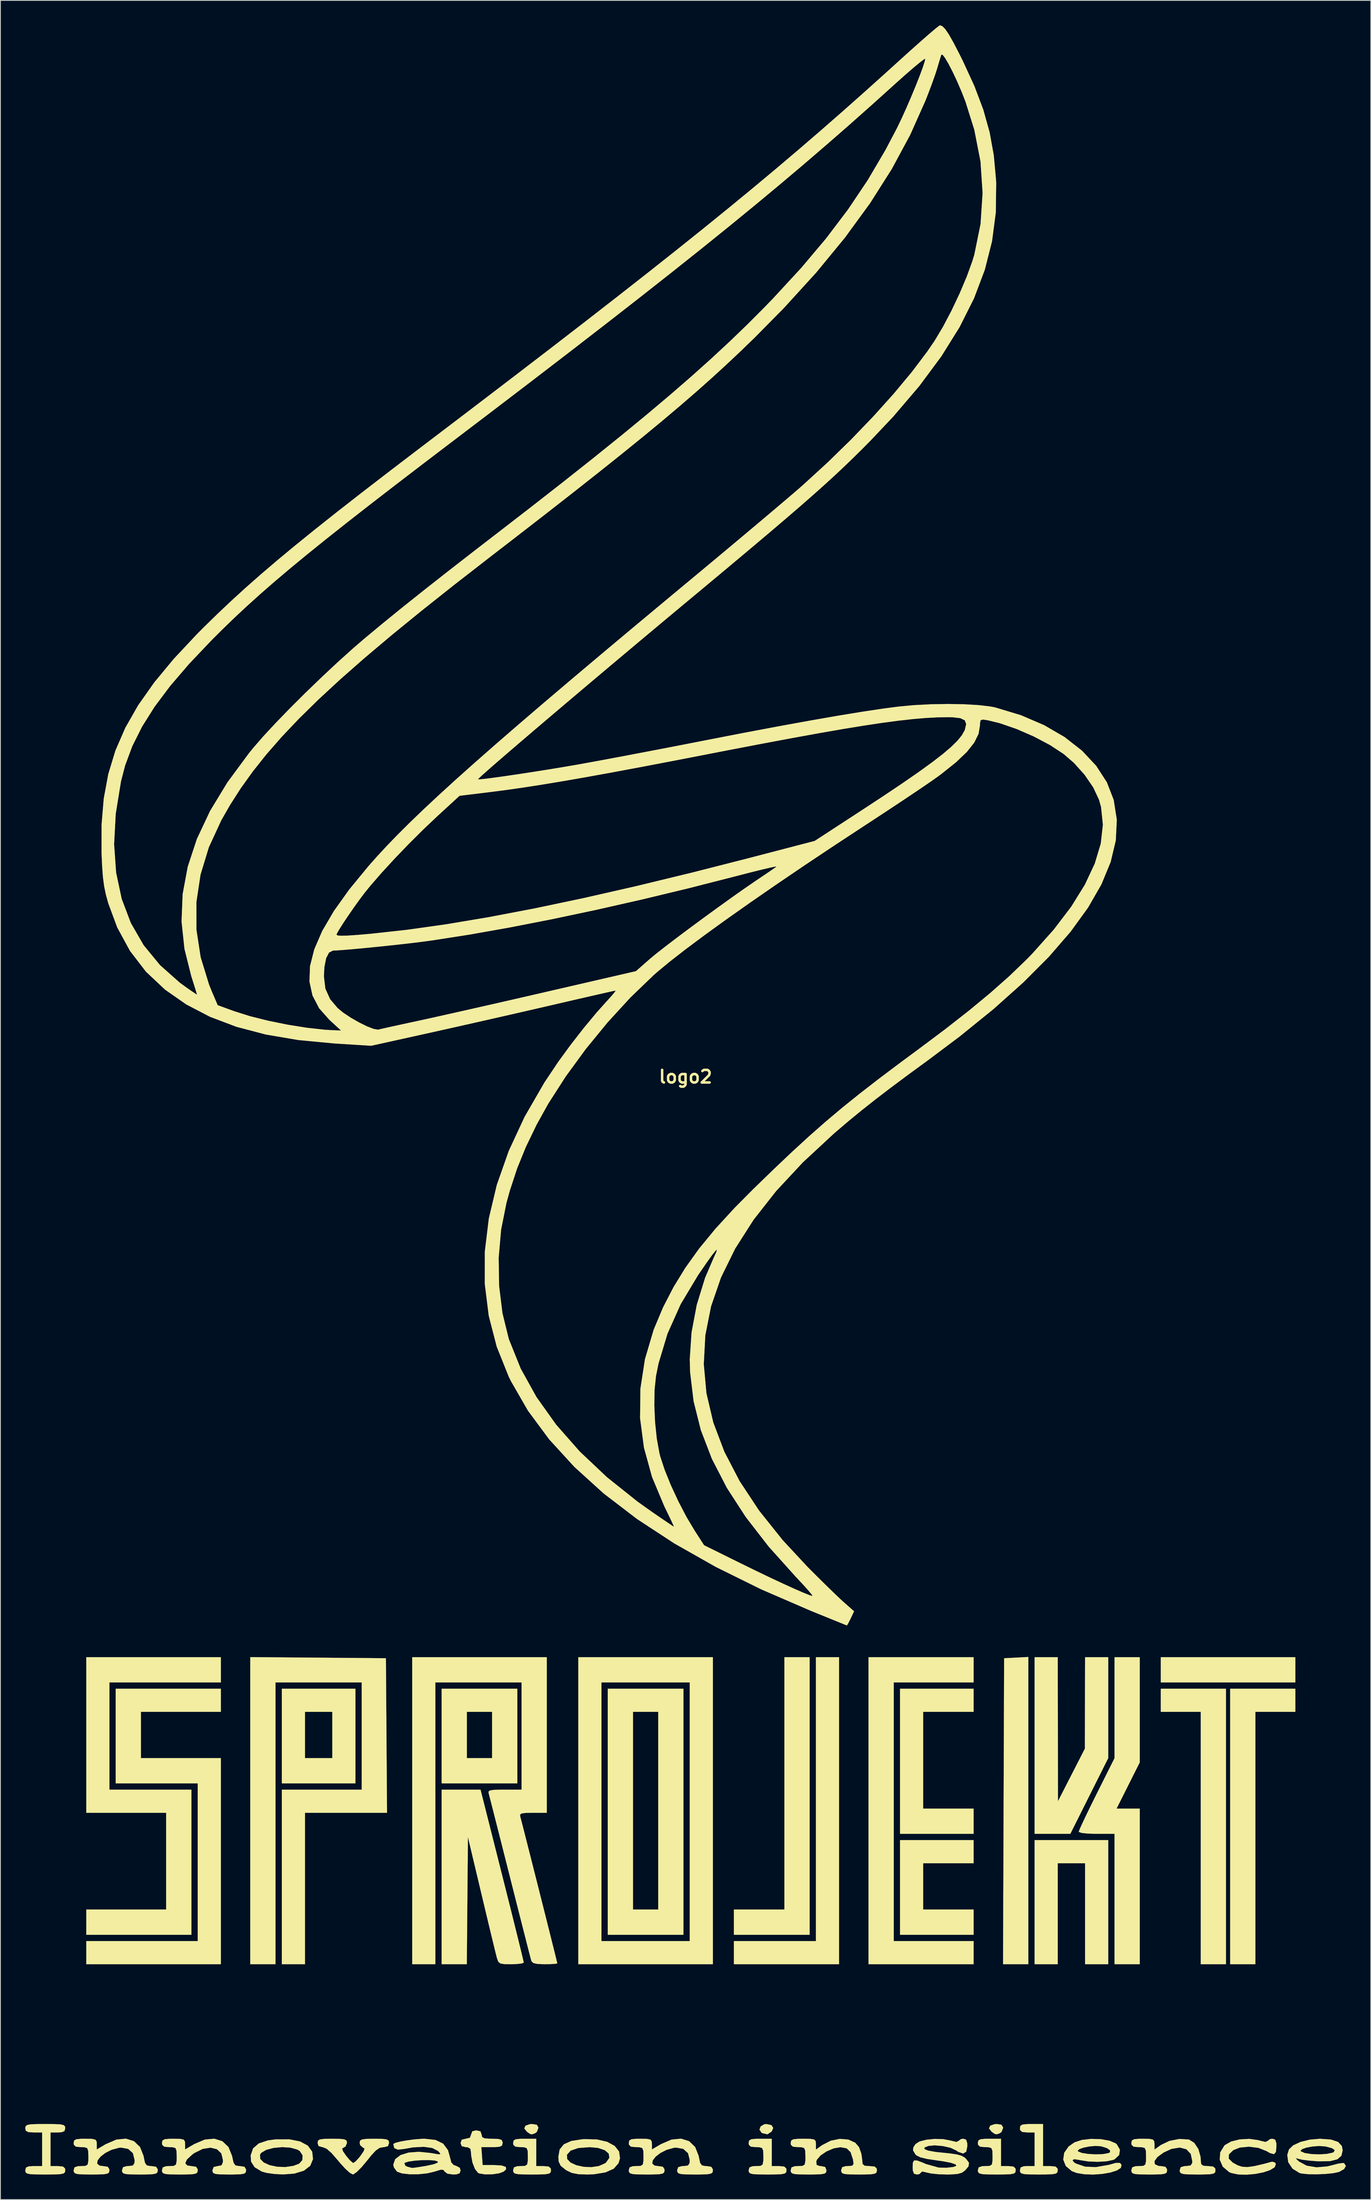
<source format=kicad_pcb>
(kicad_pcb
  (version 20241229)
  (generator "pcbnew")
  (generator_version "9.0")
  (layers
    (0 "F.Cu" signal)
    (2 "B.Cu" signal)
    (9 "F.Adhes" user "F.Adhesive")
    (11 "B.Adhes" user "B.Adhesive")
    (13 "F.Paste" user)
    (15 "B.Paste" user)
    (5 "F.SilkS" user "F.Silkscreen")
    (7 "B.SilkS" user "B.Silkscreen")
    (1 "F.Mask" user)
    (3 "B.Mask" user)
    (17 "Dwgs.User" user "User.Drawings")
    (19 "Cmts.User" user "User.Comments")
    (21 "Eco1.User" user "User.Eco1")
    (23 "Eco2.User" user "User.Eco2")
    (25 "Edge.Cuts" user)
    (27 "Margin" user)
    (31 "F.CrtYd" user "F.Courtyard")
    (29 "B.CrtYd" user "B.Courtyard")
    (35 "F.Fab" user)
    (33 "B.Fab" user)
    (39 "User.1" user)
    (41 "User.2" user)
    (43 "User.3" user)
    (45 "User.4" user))
  (footprint "logo2"
    (layer "F.Cu")
    (at 79.761 127.005)
    (property "Reference" "logo2" (at 0 0 0) (layer "F.SilkS") (effects (font (size 1.524 1.524) (thickness 0.3))))
    (attr through_hole)
    (fp_poly (pts (xy 73.66 73.152) (xy 57.404 73.152) (xy 57.404 70.104) (xy 73.66 70.104) (xy 73.66 73.152)) (stroke (width 0.01) (type solid)) (fill yes) (layer "F.SilkS"))
    (fp_poly (pts (xy 41.402 107.188) (xy 38.351 107.188) (xy 38.416 88.71) (xy 38.481 70.231) (xy 41.402 70.079) (xy 41.402 107.188)) (stroke (width 0.01) (type solid)) (fill yes) (layer "F.SilkS"))
    (fp_poly (pts (xy 14.986 103.632) (xy 5.842 103.632) (xy 5.842 100.584) (xy 11.938 100.584) (xy 11.938 70.104) (xy 14.986 70.104) (xy 14.986 103.632)) (stroke (width 0.01) (type solid)) (fill yes) (layer "F.SilkS"))
    (fp_poly (pts (xy 18.542 107.188) (xy 5.842 107.188) (xy 5.842 104.394) (xy 15.748 104.394) (xy 15.748 70.104) (xy 18.542 70.104) (xy 18.542 107.188)) (stroke (width 0.01) (type solid)) (fill yes) (layer "F.SilkS"))
    (fp_poly (pts (xy 65.278 107.188) (xy 62.23 107.188) (xy 62.23 76.708) (xy 57.404 76.708) (xy 57.404 73.914) (xy 65.278 73.914) (xy 65.278 107.188)) (stroke (width 0.01) (type solid)) (fill yes) (layer "F.SilkS"))
    (fp_poly (pts (xy 73.66 76.708) (xy 68.834 76.708) (xy 68.834 107.188) (xy 65.786 107.188) (xy 65.786 73.914) (xy 73.66 73.914) (xy 73.66 76.708)) (stroke (width 0.01) (type solid)) (fill yes) (layer "F.SilkS"))
    (fp_poly (pts (xy 34.798 73.152) (xy 25.146 73.152) (xy 25.146 104.394) (xy 34.798 104.394) (xy 34.798 107.188) (xy 22.098 107.188) (xy 22.098 70.104) (xy 34.798 70.104) (xy 34.798 73.152)) (stroke (width 0.01) (type solid)) (fill yes) (layer "F.SilkS"))
    (fp_poly (pts (xy 34.798 76.708) (xy 28.702 76.708) (xy 28.702 88.392) (xy 34.798 88.392) (xy 34.798 91.44) (xy 25.908 91.44) (xy 25.908 73.914) (xy 34.798 73.914) (xy 34.798 76.708)) (stroke (width 0.01) (type solid)) (fill yes) (layer "F.SilkS"))
    (fp_poly (pts (xy 34.798 94.996) (xy 28.702 94.996) (xy 28.702 100.584) (xy 34.798 100.584) (xy 34.798 103.632) (xy 25.908 103.632) (xy 25.908 92.202) (xy 34.798 92.202) (xy 34.798 94.996)) (stroke (width 0.01) (type solid)) (fill yes) (layer "F.SilkS"))
    (fp_poly (pts (xy 51.054 107.188) (xy 48.26 107.188) (xy 48.26 94.996) (xy 44.958 94.996) (xy 44.958 107.188) (xy 42.164 107.188) (xy 42.164 92.202) (xy 51.054 92.202) (xy 51.054 107.188)) (stroke (width 0.01) (type solid)) (fill yes) (layer "F.SilkS"))
    (fp_poly (pts (xy 10.373 126.624) (xy 10.592 126.968) (xy 10.405 127.392) (xy 9.891 127.734) (xy 9.277 127.593) (xy 9.17 127.53) (xy 8.928 127.169) (xy 9.069 126.781) (xy 9.502 126.523) (xy 9.756 126.492) (xy 10.373 126.624)) (stroke (width 0.01) (type solid)) (fill yes) (layer "F.SilkS"))
    (fp_poly (pts (xy -39.878 85.344) (xy -48.768 85.344) (xy -48.768 76.708) (xy -45.974 76.708) (xy -45.974 82.296) (xy -42.672 82.296) (xy -42.672 76.708) (xy -45.974 76.708) (xy -48.768 76.708) (xy -48.768 73.914) (xy -39.878 73.914) (xy -39.878 85.344)) (stroke (width 0.01) (type solid)) (fill yes) (layer "F.SilkS"))
    (fp_poly (pts (xy -20.32 85.344) (xy -29.464 85.344) (xy -29.464 76.708) (xy -26.416 76.708) (xy -26.416 82.296) (xy -23.368 82.296) (xy -23.368 76.708) (xy -26.416 76.708) (xy -29.464 76.708) (xy -29.464 73.914) (xy -20.32 73.914) (xy -20.32 85.344)) (stroke (width 0.01) (type solid)) (fill yes) (layer "F.SilkS"))
    (fp_poly (pts (xy -0.254 103.632) (xy -9.398 103.632) (xy -9.398 76.708) (xy -6.35 76.708) (xy -6.35 100.584) (xy -3.302 100.584) (xy -3.302 76.708) (xy -6.35 76.708) (xy -9.398 76.708) (xy -9.398 73.914) (xy -0.254 73.914) (xy -0.254 103.632)) (stroke (width 0.01) (type solid)) (fill yes) (layer "F.SilkS"))
    (fp_poly (pts (xy 3.302 107.188) (xy -12.954 107.188) (xy -12.954 73.152) (xy -10.16 73.152) (xy -10.16 104.394) (xy 0.508 104.394) (xy 0.508 73.152) (xy -10.16 73.152) (xy -12.954 73.152) (xy -12.954 70.104) (xy 3.302 70.104) (xy 3.302 107.188)) (stroke (width 0.01) (type solid)) (fill yes) (layer "F.SilkS"))
    (fp_poly (pts (xy -56.134 73.152) (xy -69.596 73.152) (xy -69.596 86.106) (xy -59.69 86.106) (xy -59.69 103.632) (xy -72.39 103.632) (xy -72.39 100.584) (xy -62.738 100.584) (xy -62.738 88.9) (xy -72.39 88.9) (xy -72.39 70.104) (xy -56.134 70.104) (xy -56.134 73.152)) (stroke (width 0.01) (type solid)) (fill yes) (layer "F.SilkS"))
    (fp_poly (pts (xy -56.134 76.708) (xy -65.786 76.708) (xy -65.786 82.296) (xy -56.134 82.296) (xy -56.134 107.188) (xy -72.39 107.188) (xy -72.39 104.394) (xy -58.928 104.394) (xy -58.928 85.344) (xy -68.834 85.344) (xy -68.834 73.914) (xy -56.134 73.914) (xy -56.134 76.708)) (stroke (width 0.01) (type solid)) (fill yes) (layer "F.SilkS"))
    (fp_poly (pts (xy -36.195 70.231) (xy -36.062 88.9) (xy -45.974 88.9) (xy -45.974 107.188) (xy -48.768 107.188) (xy -48.768 86.106) (xy -39.116 86.106) (xy -39.116 73.152) (xy -49.53 73.152) (xy -49.53 107.188) (xy -52.578 107.188) (xy -52.578 70.097) (xy -36.195 70.231)) (stroke (width 0.01) (type solid)) (fill yes) (layer "F.SilkS"))
    (fp_poly (pts (xy -17.971 126.58) (xy -17.783 126.893) (xy -17.78 126.973) (xy -17.967 127.45) (xy -18.182 127.608) (xy -18.547 127.736) (xy -18.791 127.685) (xy -19.167 127.42) (xy -19.478 127.021) (xy -19.336 126.69) (xy -18.796 126.507) (xy -18.527 126.492) (xy -17.971 126.58)) (stroke (width 0.01) (type solid)) (fill yes) (layer "F.SilkS"))
    (fp_poly (pts (xy 38.163 126.58) (xy 38.351 126.893) (xy 38.354 126.973) (xy 38.167 127.45) (xy 37.952 127.608) (xy 37.587 127.736) (xy 37.343 127.685) (xy 36.967 127.42) (xy 36.656 127.021) (xy 36.798 126.69) (xy 37.338 126.507) (xy 37.607 126.492) (xy 38.163 126.58)) (stroke (width 0.01) (type solid)) (fill yes) (layer "F.SilkS"))
    (fp_poly (pts (xy 44.984 87.503) (xy 46.609 84.328) (xy 48.234 81.153) (xy 48.247 75.629) (xy 48.26 70.104) (xy 51.054 70.104) (xy 51.054 82.301) (xy 48.767 86.871) (xy 46.479 91.44) (xy 42.164 91.44) (xy 42.164 70.104) (xy 44.958 70.104) (xy 44.984 87.503)) (stroke (width 0.01) (type solid)) (fill yes) (layer "F.SilkS"))
    (fp_poly (pts (xy 54.864 82.812) (xy 53.465 85.602) (xy 52.066 88.392) (xy 54.864 88.392) (xy 54.864 107.188) (xy 51.816 107.188) (xy 51.816 91.44) (xy 49.657 91.44) (xy 48.59 91.411) (xy 47.847 91.333) (xy 47.509 91.213) (xy 47.498 91.183) (xy 47.607 90.885) (xy 47.91 90.209) (xy 48.373 89.23) (xy 48.958 88.024) (xy 49.632 86.665) (xy 49.657 86.614) (xy 51.816 82.302) (xy 51.816 70.104) (xy 54.864 70.104) (xy 54.864 82.812)) (stroke (width 0.01) (type solid)) (fill yes) (layer "F.SilkS"))
    (fp_poly (pts (xy 43.18 131.572) (xy 44.069 131.572) (xy 44.682 131.629) (xy 44.929 131.851) (xy 44.958 132.08) (xy 44.92 132.321) (xy 44.741 132.471) (xy 44.324 132.551) (xy 43.573 132.583) (xy 42.672 132.588) (xy 41.586 132.58) (xy 40.911 132.54) (xy 40.551 132.447) (xy 40.408 132.28) (xy 40.386 132.08) (xy 40.485 131.73) (xy 40.874 131.589) (xy 41.275 131.572) (xy 42.164 131.572) (xy 42.164 127.508) (xy 41.275 127.508) (xy 40.662 127.451) (xy 40.415 127.229) (xy 40.386 127) (xy 40.447 126.706) (xy 40.709 126.553) (xy 41.293 126.497) (xy 41.783 126.492) (xy 43.18 126.492) (xy 43.18 131.572)) (stroke (width 0.01) (type solid)) (fill yes) (layer "F.SilkS"))
    (fp_poly (pts (xy -27.114 86.106) (xy -24.765 86.106) (xy -22.15 96.457) (xy -21.592 98.669) (xy -21.076 100.729) (xy -20.614 102.583) (xy -20.218 104.181) (xy -19.902 105.47) (xy -19.679 106.397) (xy -19.562 106.911) (xy -19.547 106.998) (xy -19.784 107.098) (xy -20.388 107.167) (xy -21.07 107.188) (xy -21.914 107.175) (xy -22.388 107.092) (xy -22.631 106.874) (xy -22.781 106.453) (xy -22.806 106.362) (xy -22.923 105.902) (xy -23.139 105.02) (xy -23.437 103.791) (xy -23.799 102.287) (xy -24.207 100.583) (xy -24.643 98.75) (xy -24.66 98.681) (xy -26.289 91.825) (xy -26.356 99.507) (xy -26.423 107.188) (xy -29.464 107.188) (xy -29.464 86.106) (xy -27.114 86.106)) (stroke (width 0.01) (type solid)) (fill yes) (layer "F.SilkS"))
    (fp_poly (pts (xy -18.034 131.572) (xy -17.145 131.572) (xy -16.532 131.629) (xy -16.285 131.851) (xy -16.256 132.08) (xy -16.294 132.321) (xy -16.473 132.471) (xy -16.89 132.551) (xy -17.641 132.583) (xy -18.542 132.588) (xy -19.628 132.58) (xy -20.303 132.54) (xy -20.663 132.447) (xy -20.806 132.28) (xy -20.828 132.08) (xy -20.729 131.73) (xy -20.34 131.589) (xy -19.939 131.572) (xy -19.393 131.548) (xy -19.134 131.382) (xy -19.055 130.938) (xy -19.05 130.429) (xy -19.069 129.727) (xy -19.198 129.394) (xy -19.543 129.293) (xy -19.939 129.286) (xy -20.552 129.229) (xy -20.799 129.007) (xy -20.828 128.778) (xy -20.767 128.484) (xy -20.505 128.331) (xy -19.921 128.275) (xy -19.431 128.27) (xy -18.034 128.27) (xy -18.034 131.572)) (stroke (width 0.01) (type solid)) (fill yes) (layer "F.SilkS"))
    (fp_poly (pts (xy 10.414 131.572) (xy 11.303 131.572) (xy 11.916 131.629) (xy 12.163 131.851) (xy 12.192 132.08) (xy 12.154 132.321) (xy 11.975 132.471) (xy 11.558 132.551) (xy 10.807 132.583) (xy 9.906 132.588) (xy 8.82 132.58) (xy 8.145 132.54) (xy 7.785 132.447) (xy 7.642 132.28) (xy 7.62 132.08) (xy 7.719 131.73) (xy 8.108 131.589) (xy 8.509 131.572) (xy 9.055 131.548) (xy 9.314 131.382) (xy 9.393 130.938) (xy 9.398 130.429) (xy 9.379 129.727) (xy 9.25 129.394) (xy 8.905 129.293) (xy 8.509 129.286) (xy 7.896 129.229) (xy 7.649 129.007) (xy 7.62 128.778) (xy 7.681 128.484) (xy 7.943 128.331) (xy 8.527 128.275) (xy 9.017 128.27) (xy 10.414 128.27) (xy 10.414 131.572)) (stroke (width 0.01) (type solid)) (fill yes) (layer "F.SilkS"))
    (fp_poly (pts (xy 38.1 131.572) (xy 38.989 131.572) (xy 39.602 131.629) (xy 39.849 131.851) (xy 39.878 132.08) (xy 39.84 132.321) (xy 39.661 132.471) (xy 39.244 132.551) (xy 38.493 132.583) (xy 37.592 132.588) (xy 36.506 132.58) (xy 35.831 132.54) (xy 35.471 132.447) (xy 35.328 132.28) (xy 35.306 132.08) (xy 35.405 131.73) (xy 35.794 131.589) (xy 36.195 131.572) (xy 36.741 131.548) (xy 37 131.382) (xy 37.079 130.938) (xy 37.084 130.429) (xy 37.065 129.727) (xy 36.936 129.394) (xy 36.591 129.293) (xy 36.195 129.286) (xy 35.582 129.229) (xy 35.335 129.007) (xy 35.306 128.778) (xy 35.367 128.484) (xy 35.629 128.331) (xy 36.213 128.275) (xy 36.703 128.27) (xy 38.1 128.27) (xy 38.1 131.572)) (stroke (width 0.01) (type solid)) (fill yes) (layer "F.SilkS"))
    (fp_poly (pts (xy -76.221 126.5) (xy -75.514 126.536) (xy -75.125 126.621) (xy -74.962 126.773) (xy -74.93 127) (xy -75.029 127.35) (xy -75.418 127.491) (xy -75.819 127.508) (xy -76.708 127.508) (xy -76.708 131.572) (xy -75.819 131.572) (xy -75.206 131.629) (xy -74.959 131.851) (xy -74.93 132.08) (xy -74.966 132.316) (xy -75.139 132.465) (xy -75.541 132.547) (xy -76.267 132.581) (xy -77.343 132.588) (xy -78.465 132.58) (xy -79.172 132.544) (xy -79.561 132.459) (xy -79.724 132.307) (xy -79.756 132.08) (xy -79.671 131.748) (xy -79.326 131.601) (xy -78.74 131.572) (xy -77.724 131.572) (xy -77.724 127.508) (xy -78.74 127.508) (xy -79.405 127.465) (xy -79.698 127.293) (xy -79.756 127) (xy -79.72 126.764) (xy -79.547 126.615) (xy -79.145 126.533) (xy -78.419 126.499) (xy -77.343 126.492) (xy -76.221 126.5)) (stroke (width 0.01) (type solid)) (fill yes) (layer "F.SilkS"))
    (fp_poly (pts (xy -46.566 128.597) (xy -45.633 129.099) (xy -45.102 129.827) (xy -45.003 130.722) (xy -45.336 131.534) (xy -46.101 132.126) (xy -47.263 132.479) (xy -48.615 132.578) (xy -49.646 132.526) (xy -50.578 132.399) (xy -51.181 132.236) (xy -52.055 131.708) (xy -52.481 131.041) (xy -52.532 130.28) (xy -52.499 130.185) (xy -51.404 130.185) (xy -51.381 130.702) (xy -50.958 131.136) (xy -50.24 131.461) (xy -49.333 131.654) (xy -48.341 131.689) (xy -47.368 131.544) (xy -46.672 131.28) (xy -46.281 130.844) (xy -46.264 130.274) (xy -46.6 129.756) (xy -46.875 129.581) (xy -47.732 129.342) (xy -48.743 129.28) (xy -49.762 129.375) (xy -50.646 129.609) (xy -51.249 129.961) (xy -51.404 130.185) (xy -52.499 130.185) (xy -52.244 129.437) (xy -51.557 128.838) (xy -50.445 128.467) (xy -49.497 128.342) (xy -47.866 128.338) (xy -46.566 128.597)) (stroke (width 0.01) (type solid)) (fill yes) (layer "F.SilkS"))
    (fp_poly (pts (xy -10.703 128.355) (xy -9.469 128.641) (xy -8.562 129.138) (xy -8.03 129.812) (xy -7.92 130.632) (xy -8.096 131.223) (xy -8.671 131.882) (xy -9.679 132.332) (xy -11.087 132.561) (xy -11.892 132.588) (xy -12.968 132.548) (xy -13.725 132.401) (xy -14.35 132.106) (xy -14.504 132.006) (xy -15.083 131.533) (xy -15.326 131.021) (xy -15.367 130.446) (xy -15.322 130.201) (xy -14.326 130.201) (xy -14.304 130.718) (xy -13.889 131.148) (xy -13.19 131.47) (xy -12.316 131.662) (xy -11.377 131.702) (xy -10.483 131.571) (xy -9.744 131.245) (xy -9.588 131.124) (xy -9.205 130.574) (xy -9.278 130.068) (xy -9.753 129.653) (xy -10.58 129.376) (xy -11.597 129.286) (xy -12.966 129.39) (xy -13.88 129.702) (xy -14.326 130.201) (xy -15.322 130.201) (xy -15.208 129.567) (xy -14.701 128.941) (xy -13.805 128.539) (xy -12.477 128.332) (xy -12.218 128.315) (xy -10.703 128.355)) (stroke (width 0.01) (type solid)) (fill yes) (layer "F.SilkS"))
    (fp_poly (pts (xy -24.775 127.373) (xy -24.638 127.762) (xy -24.571 128.067) (xy -24.287 128.219) (xy -23.662 128.268) (xy -23.368 128.27) (xy -22.606 128.297) (xy -22.226 128.41) (xy -22.103 128.661) (xy -22.098 128.778) (xy -22.164 129.081) (xy -22.445 129.233) (xy -23.066 129.284) (xy -23.383 129.286) (xy -24.667 129.286) (xy -24.589 130.365) (xy -24.511 131.445) (xy -23.2 131.445) (xy -22.209 131.504) (xy -21.701 131.678) (xy -21.681 131.964) (xy -21.956 132.228) (xy -22.519 132.443) (xy -23.345 132.562) (xy -24.214 132.573) (xy -24.9 132.464) (xy -25.067 132.388) (xy -25.433 131.929) (xy -25.734 131.164) (xy -25.897 130.295) (xy -25.908 130.031) (xy -25.98 129.495) (xy -26.283 129.302) (xy -26.543 129.286) (xy -27.041 129.167) (xy -27.178 128.778) (xy -27.029 128.38) (xy -26.543 128.27) (xy -26.045 128.151) (xy -25.908 127.762) (xy -25.759 127.364) (xy -25.273 127.254) (xy -24.775 127.373)) (stroke (width 0.01) (type solid)) (fill yes) (layer "F.SilkS"))
    (fp_poly (pts (xy 71.231 128.385) (xy 71.364 128.814) (xy 71.374 129.117) (xy 71.315 129.849) (xy 71.086 130.13) (xy 70.605 130.005) (xy 70.178 129.761) (xy 69.203 129.373) (xy 68.06 129.228) (xy 66.956 129.332) (xy 66.167 129.644) (xy 65.636 130.158) (xy 65.61 130.665) (xy 66.09 131.146) (xy 66.103 131.155) (xy 66.687 131.478) (xy 67.246 131.657) (xy 67.889 131.69) (xy 68.726 131.573) (xy 69.864 131.305) (xy 70.851 131.038) (xy 71.212 131.149) (xy 71.304 131.33) (xy 71.158 131.713) (xy 70.616 132.051) (xy 69.793 132.327) (xy 68.8 132.52) (xy 67.75 132.612) (xy 66.756 132.582) (xy 65.93 132.413) (xy 65.659 132.295) (xy 64.891 131.637) (xy 64.526 130.802) (xy 64.584 129.913) (xy 65.085 129.097) (xy 65.149 129.034) (xy 65.9 128.605) (xy 66.95 128.348) (xy 68.111 128.285) (xy 69.195 128.442) (xy 69.388 128.502) (xy 70.052 128.657) (xy 70.313 128.532) (xy 70.605 128.313) (xy 70.887 128.27) (xy 71.231 128.385)) (stroke (width 0.01) (type solid)) (fill yes) (layer "F.SilkS"))
    (fp_poly (pts (xy -16.764 88.9) (xy -18.432 88.9) (xy -19.326 88.915) (xy -19.812 88.981) (xy -19.99 89.125) (xy -19.971 89.344) (xy -19.869 89.727) (xy -19.666 90.515) (xy -19.378 91.642) (xy -19.022 93.04) (xy -18.616 94.641) (xy -18.176 96.378) (xy -17.72 98.183) (xy -17.264 99.989) (xy -16.826 101.729) (xy -16.423 103.333) (xy -16.072 104.736) (xy -15.789 105.869) (xy -15.593 106.665) (xy -15.499 107.056) (xy -15.494 107.084) (xy -15.725 107.139) (xy -16.324 107.177) (xy -17.001 107.188) (xy -17.885 107.158) (xy -18.382 107.048) (xy -18.61 106.825) (xy -18.641 106.743) (xy -18.731 106.405) (xy -18.931 105.63) (xy -19.226 104.475) (xy -19.604 102.994) (xy -20.048 101.245) (xy -20.546 99.284) (xy -21.082 97.165) (xy -21.213 96.647) (xy -21.757 94.499) (xy -22.264 92.495) (xy -22.722 90.691) (xy -23.116 89.142) (xy -23.432 87.905) (xy -23.655 87.035) (xy -23.771 86.588) (xy -23.782 86.55) (xy -23.795 86.33) (xy -23.616 86.197) (xy -23.15 86.13) (xy -22.306 86.107) (xy -21.861 86.106) (xy -19.812 86.106) (xy -19.812 73.152) (xy -30.226 73.152) (xy -30.226 107.188) (xy -33.02 107.188) (xy -33.02 70.104) (xy -16.764 70.104) (xy -16.764 88.9)) (stroke (width 0.01) (type solid)) (fill yes) (layer "F.SilkS"))
    (fp_poly (pts (xy -36.658 128.284) (xy -36.122 128.346) (xy -35.877 128.486) (xy -35.814 128.738) (xy -35.814 128.778) (xy -35.946 129.162) (xy -36.424 129.285) (xy -36.516 129.286) (xy -36.947 129.369) (xy -37.396 129.67) (xy -37.955 130.266) (xy -38.484 130.928) (xy -39.126 131.694) (xy -39.704 132.272) (xy -40.118 132.562) (xy -40.188 132.579) (xy -40.54 132.395) (xy -41.093 131.899) (xy -41.744 131.185) (xy -41.948 130.937) (xy -42.75 130.007) (xy -43.357 129.472) (xy -43.824 129.287) (xy -43.861 129.286) (xy -44.335 129.147) (xy -44.45 128.778) (xy -44.402 128.511) (xy -44.186 128.358) (xy -43.692 128.288) (xy -42.814 128.27) (xy -42.672 128.27) (xy -41.736 128.285) (xy -41.199 128.348) (xy -40.955 128.49) (xy -40.894 128.74) (xy -40.894 128.759) (xy -41.069 129.202) (xy -41.287 129.331) (xy -41.482 129.455) (xy -41.391 129.761) (xy -41.023 130.302) (xy -40.571 130.846) (xy -40.215 131.16) (xy -40.132 131.191) (xy -39.851 131.004) (xy -39.421 130.534) (xy -39.241 130.302) (xy -38.858 129.735) (xy -38.787 129.444) (xy -38.977 129.331) (xy -39.303 129.045) (xy -39.37 128.759) (xy -39.317 128.502) (xy -39.086 128.354) (xy -38.57 128.287) (xy -37.661 128.27) (xy -37.592 128.27) (xy -36.658 128.284)) (stroke (width 0.01) (type solid)) (fill yes) (layer "F.SilkS"))
    (fp_poly (pts (xy 50.133 128.319) (xy 51.174 128.498) (xy 51.939 128.817) (xy 52.094 128.943) (xy 52.467 129.595) (xy 52.375 130.235) (xy 51.848 130.735) (xy 51.651 130.825) (xy 50.853 130.994) (xy 49.778 131.055) (xy 48.643 131.01) (xy 47.666 130.856) (xy 47.56 130.828) (xy 46.964 130.738) (xy 46.733 130.858) (xy 46.924 131.12) (xy 47.181 131.276) (xy 48.275 131.646) (xy 49.561 131.696) (xy 51.121 131.426) (xy 51.971 131.188) (xy 52.477 131.19) (xy 52.662 131.424) (xy 52.575 131.791) (xy 52.087 132.104) (xy 51.301 132.351) (xy 50.322 132.518) (xy 49.255 132.593) (xy 48.203 132.561) (xy 47.273 132.411) (xy 46.661 132.183) (xy 45.924 131.557) (xy 45.621 130.783) (xy 45.741 129.964) (xy 45.913 129.718) (xy 47.365 129.718) (xy 47.402 129.793) (xy 47.851 129.983) (xy 48.62 130.105) (xy 49.53 130.155) (xy 50.403 130.126) (xy 51.059 130.014) (xy 51.27 129.909) (xy 51.274 129.661) (xy 50.889 129.396) (xy 50.227 129.188) (xy 50.172 129.177) (xy 49.523 129.135) (xy 48.781 129.199) (xy 48.083 129.338) (xy 47.565 129.521) (xy 47.365 129.718) (xy 45.913 129.718) (xy 46.276 129.201) (xy 46.99 128.701) (xy 47.877 128.413) (xy 48.98 128.288) (xy 50.133 128.319)) (stroke (width 0.01) (type solid)) (fill yes) (layer "F.SilkS"))
    (fp_poly (pts (xy 77.956 128.368) (xy 78.821 128.655) (xy 79.278 129.153) (xy 79.375 129.667) (xy 79.221 130.325) (xy 78.728 130.754) (xy 77.852 130.971) (xy 76.548 130.998) (xy 76.327 130.987) (xy 75.354 130.912) (xy 74.529 130.809) (xy 74.041 130.702) (xy 73.736 130.611) (xy 73.798 130.737) (xy 74.115 131.029) (xy 75.023 131.523) (xy 76.211 131.721) (xy 77.538 131.609) (xy 78.085 131.47) (xy 78.836 131.275) (xy 79.385 131.197) (xy 79.545 131.218) (xy 79.764 131.552) (xy 79.544 131.933) (xy 78.94 132.273) (xy 78.912 132.283) (xy 78.237 132.428) (xy 77.265 132.524) (xy 76.177 132.565) (xy 75.153 132.546) (xy 74.377 132.463) (xy 74.168 132.409) (xy 73.315 131.879) (xy 72.801 131.107) (xy 72.683 130.221) (xy 72.839 129.719) (xy 74.286 129.719) (xy 74.326 129.794) (xy 74.797 129.998) (xy 75.592 130.121) (xy 76.531 130.157) (xy 77.437 130.105) (xy 78.131 129.959) (xy 78.298 129.88) (xy 78.42 129.644) (xy 78.089 129.41) (xy 77.359 129.213) (xy 77.206 129.187) (xy 76.493 129.145) (xy 75.714 129.205) (xy 74.999 129.339) (xy 74.479 129.52) (xy 74.286 129.719) (xy 72.839 129.719) (xy 72.891 129.554) (xy 73.395 129.067) (xy 74.272 128.661) (xy 75.385 128.381) (xy 76.6 128.274) (xy 76.65 128.274) (xy 77.956 128.368)) (stroke (width 0.01) (type solid)) (fill yes) (layer "F.SilkS"))
    (fp_poly (pts (xy 33.887 128.378) (xy 34.022 128.79) (xy 34.036 129.159) (xy 33.906 129.829) (xy 33.528 130.059) (xy 32.921 129.843) (xy 32.668 129.669) (xy 31.998 129.359) (xy 31.053 129.146) (xy 30.067 129.065) (xy 29.33 129.138) (xy 28.855 129.328) (xy 28.86 129.523) (xy 29.314 129.706) (xy 30.189 129.861) (xy 30.673 129.914) (xy 31.911 130.041) (xy 32.751 130.165) (xy 33.302 130.313) (xy 33.673 130.511) (xy 33.891 130.702) (xy 34.238 131.173) (xy 34.177 131.606) (xy 33.782 132.08) (xy 33.392 132.365) (xy 32.844 132.522) (xy 31.995 132.583) (xy 31.513 132.588) (xy 30.514 132.553) (xy 29.635 132.46) (xy 29.1 132.34) (xy 28.583 132.221) (xy 28.448 132.34) (xy 28.235 132.542) (xy 27.94 132.588) (xy 27.59 132.489) (xy 27.449 132.1) (xy 27.432 131.699) (xy 27.459 131.146) (xy 27.607 130.886) (xy 27.975 130.899) (xy 28.663 131.16) (xy 29.054 131.331) (xy 30.562 131.752) (xy 31.502 131.776) (xy 32.353 131.681) (xy 32.718 131.539) (xy 32.617 131.366) (xy 32.068 131.177) (xy 31.09 130.988) (xy 30.439 130.898) (xy 29.184 130.711) (xy 28.359 130.511) (xy 27.884 130.274) (xy 27.764 130.151) (xy 27.479 129.679) (xy 27.519 129.306) (xy 27.779 128.909) (xy 28.257 128.603) (xy 29.077 128.392) (xy 30.078 128.291) (xy 31.099 128.315) (xy 31.981 128.479) (xy 32.051 128.502) (xy 32.714 128.657) (xy 32.975 128.532) (xy 33.267 128.313) (xy 33.549 128.27) (xy 33.887 128.378)) (stroke (width 0.01) (type solid)) (fill yes) (layer "F.SilkS"))
    (fp_poly (pts (xy -30.208 128.414) (xy -29.279 128.864) (xy -28.7 129.646) (xy -28.476 130.443) (xy -28.296 131.137) (xy -27.993 131.459) (xy -27.746 131.526) (xy -27.271 131.779) (xy -27.178 132.098) (xy -27.284 132.436) (xy -27.688 132.573) (xy -28.075 132.588) (xy -28.769 132.488) (xy -29.111 132.225) (xy -29.264 132.018) (xy -29.585 132.011) (xy -30.217 132.204) (xy -30.278 132.225) (xy -31.185 132.443) (xy -32.259 132.554) (xy -33.337 132.559) (xy -34.254 132.456) (xy -34.846 132.246) (xy -34.861 132.234) (xy -35.226 131.742) (xy -35.306 131.393) (xy -35.25 131.233) (xy -33.966 131.233) (xy -33.845 131.531) (xy -33.606 131.648) (xy -33.167 131.763) (xy -33.041 131.797) (xy -32.755 131.771) (xy -32.112 131.677) (xy -31.305 131.542) (xy -30.428 131.352) (xy -29.956 131.163) (xy -29.912 131.022) (xy -30.283 130.9) (xy -30.976 130.847) (xy -31.838 130.855) (xy -32.715 130.916) (xy -33.454 131.023) (xy -33.902 131.166) (xy -33.966 131.233) (xy -35.25 131.233) (xy -35.075 130.735) (xy -34.432 130.242) (xy -33.452 129.938) (xy -32.213 129.846) (xy -30.789 129.99) (xy -30.771 129.994) (xy -29.999 130.128) (xy -29.649 130.148) (xy -29.642 130.03) (xy -29.902 129.751) (xy -29.914 129.74) (xy -30.584 129.387) (xy -31.621 129.242) (xy -32.925 129.312) (xy -33.959 129.495) (xy -34.759 129.587) (xy -35.186 129.392) (xy -35.306 128.914) (xy -35.076 128.773) (xy -34.476 128.616) (xy -33.645 128.465) (xy -32.719 128.344) (xy -31.837 128.277) (xy -31.525 128.27) (xy -30.208 128.414)) (stroke (width 0.01) (type solid)) (fill yes) (layer "F.SilkS"))
    (fp_poly (pts (xy -55.946 128.572) (xy -55.21 129.276) (xy -54.775 130.354) (xy -54.744 130.515) (xy -54.594 131.186) (xy -54.366 131.491) (xy -53.938 131.571) (xy -53.826 131.572) (xy -53.278 131.657) (xy -53.091 131.971) (xy -53.086 132.08) (xy -53.128 132.333) (xy -53.324 132.485) (xy -53.774 132.561) (xy -54.582 132.586) (xy -55.118 132.588) (xy -56.13 132.577) (xy -56.737 132.529) (xy -57.041 132.416) (xy -57.143 132.214) (xy -57.15 132.08) (xy -57.001 131.682) (xy -56.515 131.572) (xy -56.053 131.484) (xy -55.891 131.117) (xy -55.88 130.849) (xy -56.075 130.041) (xy -56.604 129.535) (xy -57.379 129.347) (xy -58.314 129.492) (xy -59.322 129.987) (xy -59.587 130.176) (xy -60.231 130.774) (xy -60.433 131.227) (xy -60.19 131.502) (xy -59.69 131.572) (xy -59.132 131.652) (xy -58.936 131.949) (xy -58.928 132.08) (xy -58.968 132.327) (xy -59.155 132.478) (xy -59.588 132.556) (xy -60.365 132.585) (xy -61.087 132.588) (xy -62.137 132.579) (xy -62.778 132.535) (xy -63.11 132.433) (xy -63.232 132.25) (xy -63.246 132.08) (xy -63.147 131.73) (xy -62.758 131.589) (xy -62.357 131.572) (xy -61.811 131.548) (xy -61.552 131.382) (xy -61.473 130.938) (xy -61.468 130.429) (xy -61.487 129.727) (xy -61.616 129.394) (xy -61.961 129.293) (xy -62.357 129.286) (xy -62.97 129.229) (xy -63.217 129.007) (xy -63.246 128.778) (xy -63.185 128.484) (xy -62.923 128.331) (xy -62.339 128.275) (xy -61.849 128.27) (xy -61.049 128.286) (xy -60.633 128.373) (xy -60.475 128.588) (xy -60.452 128.916) (xy -60.452 129.561) (xy -59.35 128.916) (xy -58.076 128.371) (xy -56.922 128.264) (xy -55.946 128.572)) (stroke (width 0.01) (type solid)) (fill yes) (layer "F.SilkS"))
    (fp_poly (pts (xy -66.627 128.564) (xy -65.9 129.263) (xy -65.474 130.334) (xy -65.443 130.504) (xy -65.3 131.178) (xy -65.08 131.487) (xy -64.661 131.57) (xy -64.513 131.572) (xy -63.957 131.653) (xy -63.761 131.952) (xy -63.754 132.08) (xy -63.794 132.327) (xy -63.981 132.478) (xy -64.414 132.556) (xy -65.191 132.585) (xy -65.913 132.588) (xy -66.963 132.579) (xy -67.604 132.535) (xy -67.936 132.433) (xy -68.058 132.25) (xy -68.072 132.08) (xy -67.952 131.708) (xy -67.507 131.577) (xy -67.31 131.572) (xy -66.769 131.508) (xy -66.57 131.214) (xy -66.548 130.849) (xy -66.756 130.015) (xy -67.329 129.493) (xy -68.194 129.338) (xy -68.479 129.368) (xy -69.339 129.605) (xy -70.086 129.981) (xy -70.664 130.427) (xy -71.015 130.876) (xy -71.081 131.26) (xy -70.803 131.512) (xy -70.358 131.572) (xy -69.8 131.652) (xy -69.604 131.949) (xy -69.596 132.08) (xy -69.636 132.327) (xy -69.823 132.478) (xy -70.256 132.556) (xy -71.033 132.585) (xy -71.755 132.588) (xy -72.805 132.579) (xy -73.446 132.535) (xy -73.778 132.433) (xy -73.9 132.25) (xy -73.914 132.08) (xy -73.815 131.73) (xy -73.426 131.589) (xy -73.025 131.572) (xy -72.479 131.548) (xy -72.22 131.382) (xy -72.141 130.938) (xy -72.136 130.429) (xy -72.155 129.727) (xy -72.284 129.394) (xy -72.629 129.293) (xy -73.025 129.286) (xy -73.638 129.229) (xy -73.885 129.007) (xy -73.914 128.778) (xy -73.853 128.484) (xy -73.591 128.331) (xy -73.007 128.275) (xy -72.517 128.27) (xy -71.717 128.286) (xy -71.301 128.373) (xy -71.143 128.588) (xy -71.12 128.916) (xy -71.12 129.561) (xy -70.018 128.916) (xy -68.746 128.37) (xy -67.595 128.26) (xy -66.627 128.564)) (stroke (width 0.01) (type solid)) (fill yes) (layer "F.SilkS"))
    (fp_poly (pts (xy 0.429 128.564) (xy 1.156 129.263) (xy 1.582 130.334) (xy 1.613 130.504) (xy 1.756 131.178) (xy 1.976 131.487) (xy 2.395 131.57) (xy 2.543 131.572) (xy 3.099 131.653) (xy 3.295 131.952) (xy 3.302 132.08) (xy 3.262 132.327) (xy 3.075 132.478) (xy 2.642 132.556) (xy 1.865 132.585) (xy 1.143 132.588) (xy 0.093 132.579) (xy -0.548 132.535) (xy -0.88 132.433) (xy -1.002 132.25) (xy -1.016 132.08) (xy -0.896 131.708) (xy -0.451 131.577) (xy -0.254 131.572) (xy 0.287 131.508) (xy 0.486 131.214) (xy 0.508 130.849) (xy 0.3 130.015) (xy -0.273 129.493) (xy -1.138 129.338) (xy -1.423 129.368) (xy -2.283 129.605) (xy -3.03 129.981) (xy -3.608 130.427) (xy -3.959 130.876) (xy -4.025 131.26) (xy -3.747 131.512) (xy -3.302 131.572) (xy -2.744 131.652) (xy -2.548 131.949) (xy -2.54 132.08) (xy -2.58 132.327) (xy -2.767 132.478) (xy -3.2 132.556) (xy -3.977 132.585) (xy -4.699 132.588) (xy -5.749 132.579) (xy -6.39 132.535) (xy -6.722 132.433) (xy -6.844 132.25) (xy -6.858 132.08) (xy -6.759 131.73) (xy -6.37 131.589) (xy -5.969 131.572) (xy -5.423 131.548) (xy -5.164 131.382) (xy -5.085 130.938) (xy -5.08 130.429) (xy -5.099 129.727) (xy -5.228 129.394) (xy -5.573 129.293) (xy -5.969 129.286) (xy -6.582 129.229) (xy -6.829 129.007) (xy -6.858 128.778) (xy -6.797 128.484) (xy -6.535 128.331) (xy -5.951 128.275) (xy -5.461 128.27) (xy -4.661 128.286) (xy -4.245 128.373) (xy -4.087 128.588) (xy -4.064 128.916) (xy -4.064 129.561) (xy -2.962 128.916) (xy -1.69 128.37) (xy -0.539 128.26) (xy 0.429 128.564)) (stroke (width 0.01) (type solid)) (fill yes) (layer "F.SilkS"))
    (fp_poly (pts (xy 56.045 128.286) (xy 56.461 128.372) (xy 56.619 128.588) (xy 56.642 128.922) (xy 56.642 129.575) (xy 57.416 129.024) (xy 58.446 128.531) (xy 59.661 128.294) (xy 60.792 128.364) (xy 60.813 128.369) (xy 61.449 128.766) (xy 61.944 129.512) (xy 62.209 130.451) (xy 62.23 130.797) (xy 62.278 131.318) (xy 62.526 131.531) (xy 63.119 131.572) (xy 63.732 131.629) (xy 63.979 131.851) (xy 64.008 132.08) (xy 63.968 132.327) (xy 63.781 132.478) (xy 63.348 132.556) (xy 62.571 132.585) (xy 61.849 132.588) (xy 60.799 132.579) (xy 60.158 132.535) (xy 59.826 132.433) (xy 59.704 132.25) (xy 59.69 132.08) (xy 59.81 131.708) (xy 60.255 131.577) (xy 60.452 131.572) (xy 61.001 131.5) (xy 61.2 131.209) (xy 61.214 130.994) (xy 61.024 130.101) (xy 60.498 129.541) (xy 59.701 129.331) (xy 58.699 129.493) (xy 57.744 129.932) (xy 57.001 130.475) (xy 56.644 130.971) (xy 56.686 131.353) (xy 57.141 131.556) (xy 57.404 131.572) (xy 57.962 131.652) (xy 58.158 131.949) (xy 58.166 132.08) (xy 58.126 132.327) (xy 57.939 132.478) (xy 57.506 132.556) (xy 56.729 132.585) (xy 56.007 132.588) (xy 54.957 132.579) (xy 54.316 132.535) (xy 53.984 132.433) (xy 53.862 132.25) (xy 53.848 132.08) (xy 53.947 131.73) (xy 54.336 131.589) (xy 54.737 131.572) (xy 55.283 131.548) (xy 55.542 131.382) (xy 55.621 130.938) (xy 55.626 130.429) (xy 55.607 129.727) (xy 55.478 129.394) (xy 55.133 129.293) (xy 54.737 129.286) (xy 54.124 129.229) (xy 53.877 129.007) (xy 53.848 128.778) (xy 53.909 128.484) (xy 54.171 128.331) (xy 54.755 128.275) (xy 55.245 128.27) (xy 56.045 128.286)) (stroke (width 0.01) (type solid)) (fill yes) (layer "F.SilkS"))
    (fp_poly (pts (xy 15.068 128.283) (xy 15.524 128.356) (xy 15.711 128.54) (xy 15.748 128.885) (xy 15.748 128.922) (xy 15.748 129.575) (xy 16.489 129.047) (xy 17.535 128.509) (xy 18.635 128.285) (xy 19.665 128.369) (xy 20.501 128.753) (xy 20.954 129.285) (xy 21.234 130.075) (xy 21.336 130.797) (xy 21.384 131.318) (xy 21.632 131.531) (xy 22.225 131.572) (xy 22.838 131.629) (xy 23.085 131.851) (xy 23.114 132.08) (xy 23.074 132.327) (xy 22.887 132.478) (xy 22.454 132.556) (xy 21.677 132.585) (xy 20.955 132.588) (xy 19.905 132.579) (xy 19.264 132.535) (xy 18.932 132.433) (xy 18.81 132.25) (xy 18.796 132.08) (xy 18.91 131.714) (xy 19.34 131.58) (xy 19.59 131.572) (xy 20.127 131.533) (xy 20.295 131.31) (xy 20.223 130.771) (xy 19.935 129.891) (xy 19.459 129.425) (xy 18.71 129.29) (xy 18.701 129.29) (xy 17.882 129.434) (xy 17.031 129.798) (xy 16.304 130.288) (xy 15.858 130.812) (xy 15.794 131.007) (xy 15.829 131.429) (xy 16.196 131.567) (xy 16.365 131.572) (xy 16.872 131.684) (xy 17.018 132.077) (xy 17.018 132.08) (xy 16.978 132.327) (xy 16.791 132.478) (xy 16.358 132.556) (xy 15.581 132.585) (xy 14.859 132.588) (xy 13.809 132.579) (xy 13.168 132.535) (xy 12.836 132.433) (xy 12.714 132.25) (xy 12.7 132.08) (xy 12.799 131.73) (xy 13.188 131.589) (xy 13.589 131.572) (xy 14.135 131.548) (xy 14.394 131.382) (xy 14.473 130.938) (xy 14.478 130.429) (xy 14.459 129.727) (xy 14.33 129.394) (xy 13.985 129.293) (xy 13.589 129.286) (xy 12.976 129.229) (xy 12.729 129.007) (xy 12.7 128.778) (xy 12.756 128.494) (xy 13 128.341) (xy 13.549 128.279) (xy 14.224 128.27) (xy 15.068 128.283)) (stroke (width 0.01) (type solid)) (fill yes) (layer "F.SilkS"))
    (fp_poly (pts (xy 31.017 -126.894) (xy 31.364 -126.544) (xy 31.802 -125.9) (xy 32.362 -124.912) (xy 33.077 -123.531) (xy 33.482 -122.717) (xy 34.89 -119.657) (xy 35.961 -116.816) (xy 36.73 -114.07) (xy 37.232 -111.291) (xy 37.5 -108.353) (xy 37.521 -107.927) (xy 37.476 -104.405) (xy 37.022 -100.926) (xy 36.147 -97.47) (xy 34.842 -94.014) (xy 33.095 -90.536) (xy 30.897 -87.014) (xy 28.235 -83.427) (xy 25.101 -79.753) (xy 22.381 -76.875) (xy 21.303 -75.787) (xy 20.234 -74.732) (xy 19.14 -73.679) (xy 17.986 -72.597) (xy 16.737 -71.457) (xy 15.358 -70.227) (xy 13.815 -68.877) (xy 12.073 -67.376) (xy 10.097 -65.694) (xy 7.852 -63.801) (xy 5.304 -61.665) (xy 2.418 -59.257) (xy 0.551 -57.703) (xy -1.867 -55.689) (xy -4.316 -53.642) (xy -6.766 -51.588) (xy -9.186 -49.555) (xy -11.545 -47.566) (xy -13.813 -45.65) (xy -15.959 -43.831) (xy -17.953 -42.137) (xy -19.763 -40.592) (xy -21.359 -39.223) (xy -22.711 -38.056) (xy -23.787 -37.117) (xy -24.558 -36.432) (xy -24.992 -36.027) (xy -25.078 -35.924) (xy -24.796 -35.927) (xy -24.087 -36.002) (xy -23.023 -36.14) (xy -21.678 -36.329) (xy -20.125 -36.558) (xy -18.437 -36.817) (xy -16.687 -37.094) (xy -14.949 -37.379) (xy -13.296 -37.661) (xy -13.081 -37.699) (xy -11.665 -37.953) (xy -9.843 -38.289) (xy -7.704 -38.69) (xy -5.341 -39.139) (xy -2.844 -39.617) (xy -0.305 -40.109) (xy 2.185 -40.595) (xy 2.413 -40.64) (xy 6.994 -41.53) (xy 11.207 -42.324) (xy 15.03 -43.02) (xy 18.442 -43.614) (xy 21.42 -44.101) (xy 23.945 -44.479) (xy 25.781 -44.718) (xy 27.654 -44.89) (xy 29.668 -44.992) (xy 31.708 -45.025) (xy 33.656 -44.99) (xy 35.398 -44.889) (xy 36.816 -44.723) (xy 37.425 -44.601) (xy 40.514 -43.668) (xy 43.31 -42.469) (xy 45.78 -41.033) (xy 47.89 -39.385) (xy 49.605 -37.553) (xy 50.892 -35.563) (xy 51.715 -33.442) (xy 51.716 -33.439) (xy 52.091 -31.044) (xy 51.969 -28.546) (xy 51.35 -25.944) (xy 50.234 -23.24) (xy 48.621 -20.433) (xy 46.511 -17.523) (xy 43.905 -14.511) (xy 40.802 -11.397) (xy 37.202 -8.18) (xy 33.107 -4.862) (xy 29.337 -2.035) (xy 26.88 -0.238) (xy 24.765 1.339) (xy 22.911 2.757) (xy 21.24 4.079) (xy 19.67 5.368) (xy 18.123 6.686) (xy 17.907 6.872) (xy 14.166 10.342) (xy 10.934 13.813) (xy 8.209 17.285) (xy 5.992 20.761) (xy 4.282 24.241) (xy 3.081 27.727) (xy 2.386 31.22) (xy 2.2 34.72) (xy 2.52 38.231) (xy 3.348 41.751) (xy 4.683 45.284) (xy 6.526 48.83) (xy 8.875 52.39) (xy 11.732 55.966) (xy 14.732 59.195) (xy 15.864 60.329) (xy 16.971 61.421) (xy 17.963 62.385) (xy 18.751 63.133) (xy 19.132 63.48) (xy 20.357 64.56) (xy 19.945 65.427) (xy 19.67 65.978) (xy 19.499 66.261) (xy 19.483 66.272) (xy 19.243 66.174) (xy 18.607 65.916) (xy 17.651 65.527) (xy 16.449 65.039) (xy 15.151 64.513) (xy 9.156 61.919) (xy 3.653 59.203) (xy -1.357 56.365) (xy -5.875 53.405) (xy -9.901 50.323) (xy -13.436 47.117) (xy -16.479 43.789) (xy -19.032 40.338) (xy -21.094 36.762) (xy -21.355 36.228) (xy -22.807 32.609) (xy -23.772 28.872) (xy -24.251 25.033) (xy -24.248 21.864) (xy -22.577 21.864) (xy -22.522 25.265) (xy -22.119 28.552) (xy -21.37 31.597) (xy -21.321 31.75) (xy -19.913 35.249) (xy -18.013 38.676) (xy -15.636 42.015) (xy -12.794 45.249) (xy -9.501 48.361) (xy -5.771 51.337) (xy -4.086 52.536) (xy -3.085 53.223) (xy -2.25 53.791) (xy -1.662 54.186) (xy -1.401 54.354) (xy -1.396 54.356) (xy -1.482 54.144) (xy -1.749 53.569) (xy -2.155 52.723) (xy -2.566 51.88) (xy -4.05 48.337) (xy -5.026 44.789) (xy -5.493 41.235) (xy -5.476 39.691) (xy -3.776 39.691) (xy -3.684 41.733) (xy -3.476 43.713) (xy -3.161 45.45) (xy -3.061 45.847) (xy -2.532 47.465) (xy -1.776 49.332) (xy -0.868 51.291) (xy 0.119 53.18) (xy 1.094 54.814) (xy 2.237 56.582) (xy 6.643 58.761) (xy 8.501 59.67) (xy 10.255 60.511) (xy 11.845 61.255) (xy 13.211 61.875) (xy 14.293 62.344) (xy 15.03 62.635) (xy 15.334 62.72) (xy 15.253 62.557) (xy 14.876 62.096) (xy 14.26 61.406) (xy 13.464 60.553) (xy 13.301 60.381) (xy 10.039 56.745) (xy 7.271 53.174) (xy 4.988 49.649) (xy 3.183 46.155) (xy 1.847 42.675) (xy 0.973 39.192) (xy 0.552 35.69) (xy 0.508 34.128) (xy 0.726 30.874) (xy 1.356 27.54) (xy 2.359 24.284) (xy 3.406 21.844) (xy 3.715 21.174) (xy 3.79 20.892) (xy 3.626 21.007) (xy 3.213 21.526) (xy 2.546 22.457) (xy 1.617 23.81) (xy 1.504 23.976) (xy -0.589 27.468) (xy -2.181 31.025) (xy -3.27 34.644) (xy -3.573 36.156) (xy -3.742 37.772) (xy -3.776 39.691) (xy -5.476 39.691) (xy -5.453 37.677) (xy -4.905 34.113) (xy -3.849 30.544) (xy -2.714 27.844) (xy -1.458 25.413) (xy -0.02 23.068) (xy 1.652 20.738) (xy 3.614 18.354) (xy 5.917 15.845) (xy 8.167 13.579) (xy 10.625 11.194) (xy 12.845 9.09) (xy 14.912 7.193) (xy 16.912 5.431) (xy 18.931 3.732) (xy 21.057 2.022) (xy 23.373 0.228) (xy 25.967 -1.723) (xy 27.989 -3.216) (xy 31.327 -5.715) (xy 34.263 -8.013) (xy 36.842 -10.148) (xy 39.112 -12.16) (xy 41.117 -14.087) (xy 41.914 -14.904) (xy 44.478 -17.776) (xy 46.589 -20.548) (xy 48.242 -23.212) (xy 49.433 -25.756) (xy 50.158 -28.172) (xy 50.412 -30.448) (xy 50.191 -32.576) (xy 49.941 -33.468) (xy 49.249 -34.946) (xy 48.2 -36.477) (xy 46.906 -37.919) (xy 45.673 -38.984) (xy 44.025 -40.065) (xy 42.071 -41.099) (xy 39.99 -42.005) (xy 37.96 -42.705) (xy 36.513 -43.058) (xy 35.893 -43.15) (xy 35.625 -43.045) (xy 35.561 -42.649) (xy 35.56 -42.436) (xy 35.393 -41.424) (xy 34.875 -40.368) (xy 33.977 -39.234) (xy 32.67 -37.987) (xy 30.927 -36.594) (xy 30.436 -36.231) (xy 29.723 -35.727) (xy 28.657 -34.997) (xy 27.31 -34.089) (xy 25.754 -33.051) (xy 24.064 -31.933) (xy 22.311 -30.783) (xy 21.8 -30.449) (xy 17.992 -27.949) (xy 14.363 -25.528) (xy 10.942 -23.207) (xy 7.761 -21.008) (xy 4.851 -18.954) (xy 2.243 -17.067) (xy -0.033 -15.367) (xy -1.945 -13.878) (xy -3.462 -12.622) (xy -3.861 -12.27) (xy -6.667 -9.567) (xy -9.427 -6.554) (xy -12.057 -3.343) (xy -14.468 -0.041) (xy -16.576 3.239) (xy -17.986 5.774) (xy -19.295 8.489) (xy -20.342 11.061) (xy -21.215 13.716) (xy -21.635 15.227) (xy -22.282 18.476) (xy -22.577 21.864) (xy -24.248 21.864) (xy -24.247 21.108) (xy -23.762 17.111) (xy -22.798 13.058) (xy -21.359 8.964) (xy -19.445 4.844) (xy -17.06 0.713) (xy -15.395 -1.778) (xy -13.882 -3.851) (xy -12.288 -5.897) (xy -10.732 -7.769) (xy -9.557 -9.081) (xy -8.97 -9.727) (xy -8.573 -10.2) (xy -8.442 -10.411) (xy -8.449 -10.414) (xy -8.723 -10.359) (xy -9.43 -10.202) (xy -10.508 -9.958) (xy -11.898 -9.64) (xy -13.537 -9.263) (xy -15.364 -8.84) (xy -16.17 -8.653) (xy -18.551 -8.103) (xy -21.215 -7.493) (xy -23.998 -6.86) (xy -26.734 -6.241) (xy -29.259 -5.674) (xy -30.861 -5.318) (xy -37.973 -3.744) (xy -42.418 -4.023) (xy -46.769 -4.435) (xy -50.704 -5.103) (xy -54.253 -6.036) (xy -57.443 -7.243) (xy -60.303 -8.733) (xy -62.861 -10.515) (xy -62.88 -10.53) (xy -65.18 -12.693) (xy -67.104 -15.195) (xy -68.645 -18.023) (xy -69.737 -20.968) (xy -70.028 -22.034) (xy -70.236 -23.05) (xy -70.379 -24.157) (xy -70.477 -25.499) (xy -70.543 -27.051) (xy -70.543 -28.096) (xy -69.029 -28.096) (xy -68.788 -24.669) (xy -68.113 -21.489) (xy -67.004 -18.564) (xy -65.464 -15.898) (xy -63.494 -13.496) (xy -61.096 -11.364) (xy -60.198 -10.712) (xy -59.563 -10.276) (xy -59.132 -9.985) (xy -59.018 -9.914) (xy -59.074 -10.134) (xy -59.255 -10.732) (xy -59.528 -11.601) (xy -59.701 -12.142) (xy -60.529 -15.45) (xy -60.879 -18.751) (xy -60.786 -21.097) (xy -59.089 -21.097) (xy -59.085 -17.768) (xy -58.575 -14.442) (xy -57.56 -11.134) (xy -57.201 -10.25) (xy -56.515 -8.644) (xy -54.473 -7.902) (xy -52.617 -7.317) (xy -50.428 -6.769) (xy -48.079 -6.291) (xy -45.744 -5.917) (xy -43.599 -5.68) (xy -42.588 -5.621) (xy -41.615 -5.588) (xy -43.019 -6.871) (xy -44.258 -8.27) (xy -45.063 -9.812) (xy -45.432 -11.508) (xy -45.408 -12.12) (xy -43.687 -12.12) (xy -43.51 -10.641) (xy -42.936 -9.373) (xy -42.024 -8.293) (xy -41.341 -7.733) (xy -40.445 -7.138) (xy -39.457 -6.571) (xy -38.5 -6.098) (xy -37.693 -5.781) (xy -37.159 -5.686) (xy -37.106 -5.696) (xy -36.734 -5.785) (xy -35.955 -5.96) (xy -34.859 -6.201) (xy -33.536 -6.489) (xy -32.385 -6.737) (xy -31.19 -6.997) (xy -29.579 -7.355) (xy -27.632 -7.791) (xy -25.427 -8.289) (xy -23.043 -8.83) (xy -20.56 -9.397) (xy -18.057 -9.972) (xy -17.029 -10.209) (xy -5.991 -12.755) (xy -4.329 -14.215) (xy -3.586 -14.832) (xy -2.502 -15.684) (xy -1.152 -16.715) (xy 0.388 -17.869) (xy 2.042 -19.091) (xy 3.735 -20.324) (xy 5.391 -21.515) (xy 6.934 -22.606) (xy 8.29 -23.541) (xy 8.795 -23.882) (xy 9.686 -24.48) (xy 10.419 -24.981) (xy 10.888 -25.312) (xy 10.995 -25.393) (xy 10.823 -25.385) (xy 10.228 -25.262) (xy 9.278 -25.039) (xy 8.042 -24.733) (xy 6.587 -24.359) (xy 6.042 -24.217) (xy 0.385 -22.772) (xy -5.252 -21.415) (xy -10.796 -20.16) (xy -16.171 -19.023) (xy -21.305 -18.02) (xy -26.125 -17.166) (xy -30.556 -16.477) (xy -31.242 -16.381) (xy -32.401 -16.231) (xy -33.823 -16.064) (xy -35.407 -15.889) (xy -37.053 -15.716) (xy -38.66 -15.557) (xy -40.129 -15.419) (xy -41.359 -15.315) (xy -42.25 -15.253) (xy -42.597 -15.241) (xy -43.067 -15) (xy -43.418 -14.316) (xy -43.63 -13.241) (xy -43.687 -12.12) (xy -45.408 -12.12) (xy -45.361 -13.366) (xy -44.847 -15.396) (xy -44.082 -17.164) (xy -42.164 -17.164) (xy -42.039 -17.069) (xy -41.628 -17.029) (xy -40.878 -17.047) (xy -39.736 -17.123) (xy -38.147 -17.26) (xy -37.973 -17.276) (xy -33.629 -17.752) (xy -28.906 -18.418) (xy -23.79 -19.276) (xy -18.27 -20.328) (xy -12.334 -21.577) (xy -5.969 -23.025) (xy 0.836 -24.675) (xy 7.738 -26.435) (xy 15.602 -28.486) (xy 21.073 -32.051) (xy 23.83 -33.862) (xy 26.18 -35.438) (xy 28.152 -36.802) (xy 29.775 -37.976) (xy 31.079 -38.984) (xy 32.094 -39.849) (xy 32.849 -40.594) (xy 33.374 -41.242) (xy 33.699 -41.817) (xy 33.742 -41.923) (xy 33.898 -42.598) (xy 33.733 -43.049) (xy 33.194 -43.312) (xy 32.232 -43.423) (xy 31.637 -43.434) (xy 30.377 -43.41) (xy 28.994 -43.335) (xy 27.452 -43.203) (xy 25.717 -43.009) (xy 23.753 -42.747) (xy 21.525 -42.412) (xy 18.997 -41.999) (xy 16.135 -41.501) (xy 12.902 -40.914) (xy 9.264 -40.233) (xy 5.184 -39.45) (xy 2.667 -38.961) (xy -1.655 -38.123) (xy -5.525 -37.385) (xy -8.984 -36.74) (xy -12.077 -36.18) (xy -14.846 -35.698) (xy -17.335 -35.286) (xy -19.587 -34.936) (xy -21.645 -34.641) (xy -23.553 -34.394) (xy -23.62 -34.386) (xy -27.301 -33.937) (xy -30.023 -31.438) (xy -31.688 -29.861) (xy -33.421 -28.136) (xy -35.125 -26.364) (xy -36.701 -24.65) (xy -38.051 -23.096) (xy -38.759 -22.225) (xy -39.374 -21.41) (xy -40.054 -20.463) (xy -40.732 -19.482) (xy -41.346 -18.564) (xy -41.828 -17.805) (xy -42.114 -17.302) (xy -42.164 -17.164) (xy -44.082 -17.164) (xy -43.89 -17.608) (xy -42.484 -20.01) (xy -40.629 -22.611) (xy -38.32 -25.422) (xy -37.261 -26.617) (xy -36.076 -27.896) (xy -34.76 -29.256) (xy -33.294 -30.715) (xy -31.656 -32.29) (xy -29.828 -33.998) (xy -27.79 -35.857) (xy -25.521 -37.885) (xy -23.003 -40.098) (xy -20.215 -42.515) (xy -17.137 -45.153) (xy -13.75 -48.029) (xy -10.034 -51.16) (xy -5.969 -54.565) (xy -1.535 -58.261) (xy 0.635 -60.064) (xy 2.755 -61.827) (xy 4.847 -63.573) (xy 6.861 -65.26) (xy 8.748 -66.844) (xy 10.457 -68.286) (xy 11.939 -69.543) (xy 13.145 -70.572) (xy 14.024 -71.333) (xy 14.224 -71.509) (xy 17.17 -74.206) (xy 20.011 -76.98) (xy 22.691 -79.768) (xy 25.152 -82.505) (xy 27.336 -85.13) (xy 29.186 -87.578) (xy 30.096 -88.913) (xy 31.101 -90.593) (xy 32.129 -92.544) (xy 33.109 -94.616) (xy 33.97 -96.654) (xy 34.642 -98.507) (xy 34.886 -99.314) (xy 35.635 -102.998) (xy 35.882 -106.747) (xy 35.629 -110.551) (xy 34.876 -114.399) (xy 33.816 -117.768) (xy 33.325 -119.021) (xy 32.793 -120.253) (xy 32.26 -121.386) (xy 31.765 -122.346) (xy 31.345 -123.057) (xy 31.041 -123.443) (xy 30.897 -123.444) (xy 30.75 -122.988) (xy 30.528 -122.251) (xy 30.394 -121.793) (xy 30.142 -121.014) (xy 29.757 -119.932) (xy 29.297 -118.712) (xy 28.98 -117.904) (xy 27.133 -113.763) (xy 24.912 -109.645) (xy 22.295 -105.522) (xy 19.264 -101.366) (xy 15.799 -97.152) (xy 11.88 -92.852) (xy 8.343 -89.27) (xy 6.671 -87.652) (xy 4.968 -86.048) (xy 3.202 -84.431) (xy 1.339 -82.774) (xy -0.652 -81.051) (xy -2.804 -79.234) (xy -5.15 -77.296) (xy -7.723 -75.211) (xy -10.556 -72.95) (xy -13.679 -70.487) (xy -17.128 -67.795) (xy -20.933 -64.848) (xy -23.505 -62.865) (xy -27.91 -59.443) (xy -31.911 -56.269) (xy -35.53 -53.317) (xy -38.794 -50.564) (xy -41.726 -47.986) (xy -44.351 -45.559) (xy -46.693 -43.259) (xy -48.777 -41.062) (xy -50.628 -38.944) (xy -52.27 -36.881) (xy -53.727 -34.849) (xy -55.024 -32.824) (xy -56.075 -30.988) (xy -57.583 -27.72) (xy -58.588 -24.419) (xy -59.089 -21.097) (xy -60.786 -21.097) (xy -60.748 -22.056) (xy -60.131 -25.376) (xy -59.027 -28.725) (xy -57.431 -32.115) (xy -55.34 -35.556) (xy -52.752 -39.062) (xy -52.192 -39.751) (xy -51.001 -41.123) (xy -49.499 -42.74) (xy -47.768 -44.525) (xy -45.886 -46.399) (xy -43.935 -48.281) (xy -41.994 -50.095) (xy -40.143 -51.76) (xy -38.862 -52.864) (xy -36.726 -54.641) (xy -34.336 -56.585) (xy -31.656 -58.724) (xy -28.651 -61.086) (xy -25.288 -63.698) (xy -23.241 -65.276) (xy -18.822 -68.689) (xy -14.788 -71.84) (xy -11.108 -74.755) (xy -7.749 -77.462) (xy -4.679 -79.987) (xy -1.866 -82.359) (xy 0.72 -84.603) (xy 3.114 -86.748) (xy 5.346 -88.82) (xy 7.448 -90.846) (xy 9.452 -92.855) (xy 10.556 -93.993) (xy 13.964 -97.686) (xy 16.969 -101.247) (xy 19.63 -104.758) (xy 22.006 -108.299) (xy 24.155 -111.952) (xy 25.552 -114.608) (xy 26.086 -115.718) (xy 26.666 -116.998) (xy 27.252 -118.355) (xy 27.807 -119.695) (xy 28.293 -120.923) (xy 28.67 -121.946) (xy 28.901 -122.671) (xy 28.956 -122.958) (xy 28.779 -122.879) (xy 28.284 -122.502) (xy 27.528 -121.874) (xy 26.565 -121.04) (xy 25.453 -120.049) (xy 25.209 -119.828) (xy 22.499 -117.386) (xy 19.79 -114.981) (xy 17.052 -112.59) (xy 14.255 -110.188) (xy 11.368 -107.75) (xy 8.363 -105.253) (xy 5.208 -102.671) (xy 1.874 -99.982) (xy -1.67 -97.161) (xy -5.452 -94.183) (xy -9.504 -91.024) (xy -13.856 -87.659) (xy -18.537 -84.066) (xy -23.578 -80.218) (xy -27.686 -77.096) (xy -31.539 -74.164) (xy -35.012 -71.505) (xy -38.138 -69.091) (xy -40.949 -66.895) (xy -43.477 -64.892) (xy -45.754 -63.055) (xy -47.813 -61.357) (xy -49.684 -59.773) (xy -51.401 -58.275) (xy -52.995 -56.837) (xy -54.498 -55.433) (xy -55.943 -54.036) (xy -57.277 -52.705) (xy -59.978 -49.859) (xy -62.256 -47.202) (xy -64.139 -44.69) (xy -65.656 -42.278) (xy -66.835 -39.921) (xy -67.705 -37.577) (xy -68.198 -35.675) (xy -68.832 -31.767) (xy -69.029 -28.096) (xy -70.543 -28.096) (xy -70.541 -30.448) (xy -70.278 -33.602) (xy -69.728 -36.568) (xy -68.868 -39.4) (xy -67.673 -42.151) (xy -66.118 -44.876) (xy -64.178 -47.628) (xy -61.83 -50.462) (xy -59.049 -53.432) (xy -58.166 -54.319) (xy -56.545 -55.902) (xy -54.89 -57.466) (xy -53.164 -59.041) (xy -51.33 -60.658) (xy -49.352 -62.348) (xy -47.192 -64.141) (xy -44.813 -66.067) (xy -42.18 -68.157) (xy -39.254 -70.442) (xy -35.999 -72.951) (xy -32.378 -75.716) (xy -31.242 -76.579) (xy -25.943 -80.608) (xy -21.026 -84.361) (xy -16.46 -87.863) (xy -12.217 -91.136) (xy -8.268 -94.206) (xy -4.582 -97.095) (xy -1.131 -99.827) (xy 2.115 -102.426) (xy 5.185 -104.916) (xy 8.108 -107.32) (xy 10.914 -109.663) (xy 13.632 -111.967) (xy 16.292 -114.257) (xy 18.922 -116.556) (xy 21.552 -118.889) (xy 24.212 -121.278) (xy 25.895 -122.804) (xy 27.179 -123.964) (xy 28.343 -125.001) (xy 29.335 -125.869) (xy 30.099 -126.52) (xy 30.583 -126.909) (xy 30.729 -127) (xy 31.017 -126.894)) (stroke (width 0.01) (type solid)) (fill yes) (layer "F.SilkS")))
  (gr_rect
    (start -3 -3)
    (end 162.53 262.622)
    (stroke (width 0.1) (type default))
    (fill no)
    (layer "Edge.Cuts")))
</source>
